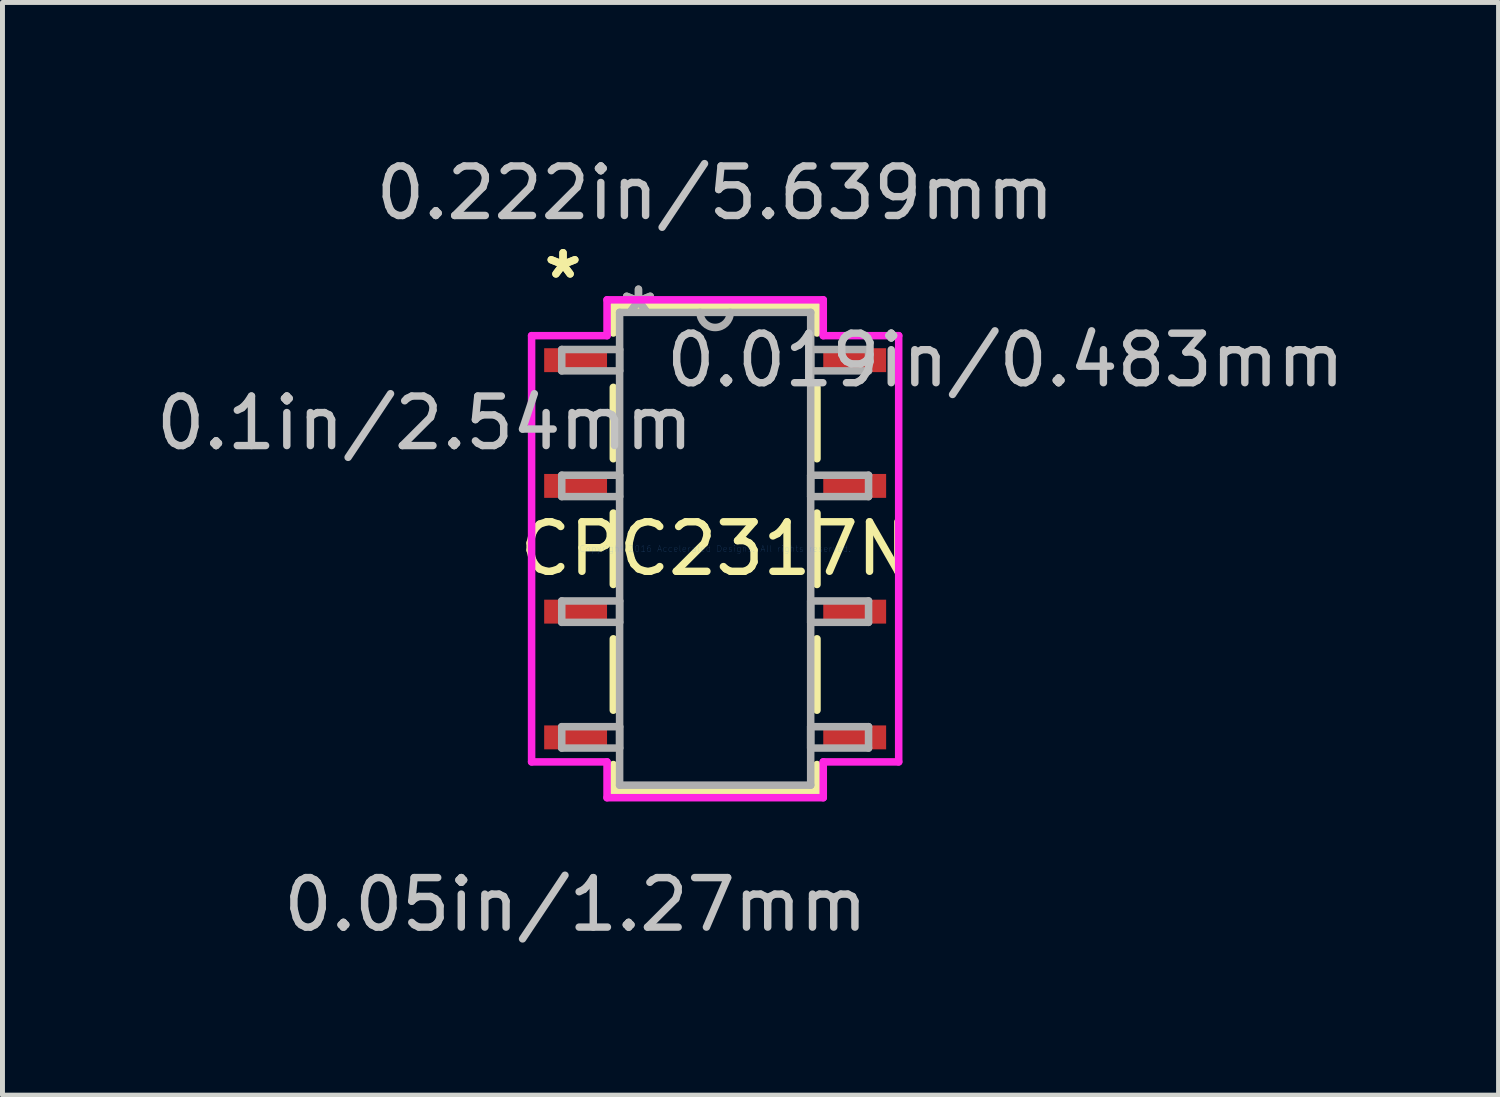
<source format=kicad_pcb>
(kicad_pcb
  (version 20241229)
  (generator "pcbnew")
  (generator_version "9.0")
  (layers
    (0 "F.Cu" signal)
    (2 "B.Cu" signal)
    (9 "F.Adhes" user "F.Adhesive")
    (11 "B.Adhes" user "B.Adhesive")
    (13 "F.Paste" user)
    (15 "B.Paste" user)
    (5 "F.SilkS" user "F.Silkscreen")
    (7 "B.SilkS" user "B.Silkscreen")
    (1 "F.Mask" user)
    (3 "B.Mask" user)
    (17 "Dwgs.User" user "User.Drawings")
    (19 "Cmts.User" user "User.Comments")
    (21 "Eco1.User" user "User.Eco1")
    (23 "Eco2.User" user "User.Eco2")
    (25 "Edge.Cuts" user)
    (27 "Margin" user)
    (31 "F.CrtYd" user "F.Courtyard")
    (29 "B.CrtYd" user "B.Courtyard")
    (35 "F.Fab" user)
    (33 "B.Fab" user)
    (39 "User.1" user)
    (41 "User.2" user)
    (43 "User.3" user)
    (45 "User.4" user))
  (footprint "CPC2317N"
    (layer "F.Cu")
    (at 11.397 8.036)
    (property "Reference" "CPC2317N" (at 0 0 0) (layer "F.SilkS") (effects (font (size 1 1) (thickness 0.15))))
    (attr through_hole)
    (fp_line (start -2.057 -4.902) (end -2.057 -4.359) (stroke (width 0.152) (type solid)) (layer "F.SilkS"))
    (fp_line (start -2.057 -3.261) (end -2.057 -1.819) (stroke (width 0.152) (type solid)) (layer "F.SilkS"))
    (fp_line (start -2.057 -0.721) (end -2.057 0.721) (stroke (width 0.152) (type solid)) (layer "F.SilkS"))
    (fp_line (start -2.057 1.819) (end -2.057 3.261) (stroke (width 0.152) (type solid)) (layer "F.SilkS"))
    (fp_line (start -2.057 4.359) (end -2.057 4.902) (stroke (width 0.152) (type solid)) (layer "F.SilkS"))
    (fp_line (start -2.057 4.902) (end 2.057 4.902) (stroke (width 0.152) (type solid)) (layer "F.SilkS"))
    (fp_line (start 2.057 -4.902) (end -2.057 -4.902) (stroke (width 0.152) (type solid)) (layer "F.SilkS"))
    (fp_line (start 2.057 -4.359) (end 2.057 -4.902) (stroke (width 0.152) (type solid)) (layer "F.SilkS"))
    (fp_line (start 2.057 -1.819) (end 2.057 -3.261) (stroke (width 0.152) (type solid)) (layer "F.SilkS"))
    (fp_line (start 2.057 0.721) (end 2.057 -0.721) (stroke (width 0.152) (type solid)) (layer "F.SilkS"))
    (fp_line (start 2.057 3.261) (end 2.057 1.819) (stroke (width 0.152) (type solid)) (layer "F.SilkS"))
    (fp_line (start 2.057 4.902) (end 2.057 4.359) (stroke (width 0.152) (type solid)) (layer "F.SilkS"))
    (fp_line (start -3.708 -4.305) (end -2.184 -4.305) (stroke (width 0.152) (type solid)) (layer "F.CrtYd"))
    (fp_line (start -3.708 4.305) (end -3.708 -4.305) (stroke (width 0.152) (type solid)) (layer "F.CrtYd"))
    (fp_line (start -2.184 -5.029) (end 2.184 -5.029) (stroke (width 0.152) (type solid)) (layer "F.CrtYd"))
    (fp_line (start -2.184 -4.305) (end -2.184 -5.029) (stroke (width 0.152) (type solid)) (layer "F.CrtYd"))
    (fp_line (start -2.184 4.305) (end -3.708 4.305) (stroke (width 0.152) (type solid)) (layer "F.CrtYd"))
    (fp_line (start -2.184 5.029) (end -2.184 4.305) (stroke (width 0.152) (type solid)) (layer "F.CrtYd"))
    (fp_line (start 2.184 -5.029) (end 2.184 -4.305) (stroke (width 0.152) (type solid)) (layer "F.CrtYd"))
    (fp_line (start 2.184 -4.305) (end 3.708 -4.305) (stroke (width 0.152) (type solid)) (layer "F.CrtYd"))
    (fp_line (start 2.184 4.305) (end 2.184 5.029) (stroke (width 0.152) (type solid)) (layer "F.CrtYd"))
    (fp_line (start 2.184 5.029) (end -2.184 5.029) (stroke (width 0.152) (type solid)) (layer "F.CrtYd"))
    (fp_line (start 3.708 -4.305) (end 3.708 4.305) (stroke (width 0.152) (type solid)) (layer "F.CrtYd"))
    (fp_line (start 3.708 4.305) (end 2.184 4.305) (stroke (width 0.152) (type solid)) (layer "F.CrtYd"))
    (fp_line (start -3.099 -4.026) (end -3.099 -3.594) (stroke (width 0.152) (type solid)) (layer "F.Fab"))
    (fp_line (start -3.099 -3.594) (end -1.93 -3.594) (stroke (width 0.152) (type solid)) (layer "F.Fab"))
    (fp_line (start -3.099 -1.486) (end -3.099 -1.054) (stroke (width 0.152) (type solid)) (layer "F.Fab"))
    (fp_line (start -3.099 -1.054) (end -1.93 -1.054) (stroke (width 0.152) (type solid)) (layer "F.Fab"))
    (fp_line (start -3.099 1.054) (end -3.099 1.486) (stroke (width 0.152) (type solid)) (layer "F.Fab"))
    (fp_line (start -3.099 1.486) (end -1.93 1.486) (stroke (width 0.152) (type solid)) (layer "F.Fab"))
    (fp_line (start -3.099 3.594) (end -3.099 4.026) (stroke (width 0.152) (type solid)) (layer "F.Fab"))
    (fp_line (start -3.099 4.026) (end -1.93 4.026) (stroke (width 0.152) (type solid)) (layer "F.Fab"))
    (fp_line (start -1.93 -4.775) (end -1.93 4.775) (stroke (width 0.152) (type solid)) (layer "F.Fab"))
    (fp_line (start -1.93 -4.026) (end -3.099 -4.026) (stroke (width 0.152) (type solid)) (layer "F.Fab"))
    (fp_line (start -1.93 -3.594) (end -1.93 -4.026) (stroke (width 0.152) (type solid)) (layer "F.Fab"))
    (fp_line (start -1.93 -1.486) (end -3.099 -1.486) (stroke (width 0.152) (type solid)) (layer "F.Fab"))
    (fp_line (start -1.93 -1.054) (end -1.93 -1.486) (stroke (width 0.152) (type solid)) (layer "F.Fab"))
    (fp_line (start -1.93 1.054) (end -3.099 1.054) (stroke (width 0.152) (type solid)) (layer "F.Fab"))
    (fp_line (start -1.93 1.486) (end -1.93 1.054) (stroke (width 0.152) (type solid)) (layer "F.Fab"))
    (fp_line (start -1.93 3.594) (end -3.099 3.594) (stroke (width 0.152) (type solid)) (layer "F.Fab"))
    (fp_line (start -1.93 4.026) (end -1.93 3.594) (stroke (width 0.152) (type solid)) (layer "F.Fab"))
    (fp_line (start -1.93 4.775) (end 1.93 4.775) (stroke (width 0.152) (type solid)) (layer "F.Fab"))
    (fp_line (start 1.93 -4.775) (end -1.93 -4.775) (stroke (width 0.152) (type solid)) (layer "F.Fab"))
    (fp_line (start 1.93 -4.026) (end 1.93 -3.594) (stroke (width 0.152) (type solid)) (layer "F.Fab"))
    (fp_line (start 1.93 -3.594) (end 3.099 -3.594) (stroke (width 0.152) (type solid)) (layer "F.Fab"))
    (fp_line (start 1.93 -1.486) (end 1.93 -1.054) (stroke (width 0.152) (type solid)) (layer "F.Fab"))
    (fp_line (start 1.93 -1.054) (end 3.099 -1.054) (stroke (width 0.152) (type solid)) (layer "F.Fab"))
    (fp_line (start 1.93 1.054) (end 1.93 1.486) (stroke (width 0.152) (type solid)) (layer "F.Fab"))
    (fp_line (start 1.93 1.486) (end 3.099 1.486) (stroke (width 0.152) (type solid)) (layer "F.Fab"))
    (fp_line (start 1.93 3.594) (end 1.93 4.026) (stroke (width 0.152) (type solid)) (layer "F.Fab"))
    (fp_line (start 1.93 4.026) (end 3.099 4.026) (stroke (width 0.152) (type solid)) (layer "F.Fab"))
    (fp_line (start 1.93 4.775) (end 1.93 -4.775) (stroke (width 0.152) (type solid)) (layer "F.Fab"))
    (fp_line (start 3.099 -4.026) (end 1.93 -4.026) (stroke (width 0.152) (type solid)) (layer "F.Fab"))
    (fp_line (start 3.099 -3.594) (end 3.099 -4.026) (stroke (width 0.152) (type solid)) (layer "F.Fab"))
    (fp_line (start 3.099 -1.486) (end 1.93 -1.486) (stroke (width 0.152) (type solid)) (layer "F.Fab"))
    (fp_line (start 3.099 -1.054) (end 3.099 -1.486) (stroke (width 0.152) (type solid)) (layer "F.Fab"))
    (fp_line (start 3.099 1.054) (end 1.93 1.054) (stroke (width 0.152) (type solid)) (layer "F.Fab"))
    (fp_line (start 3.099 1.486) (end 3.099 1.054) (stroke (width 0.152) (type solid)) (layer "F.Fab"))
    (fp_line (start 3.099 3.594) (end 1.93 3.594) (stroke (width 0.152) (type solid)) (layer "F.Fab"))
    (fp_line (start 3.099 4.026) (end 3.099 3.594) (stroke (width 0.152) (type solid)) (layer "F.Fab"))
    (fp_arc (start 0.3048 -4.7752) (mid 0 -4.4704) (end -0.3048 -4.7752) (stroke (width 0.1524) (type solid)) (layer "F.Fab"))
    (fp_text user "*" (at -3.073 -5.436 0) (layer "F.SilkS") (effects (font (size 1 1) (thickness 0.15))))
    (fp_text user "*" (at -3.073 -5.436 0) (layer "F.SilkS") (effects (font (size 1 1) (thickness 0.15))))
    (fp_text user "0.1in/2.54mm" (at -5.867 -2.54 0) (layer "Dwgs.User") (effects (font (size 1 1) (thickness 0.15))))
    (fp_text user "0.019in/0.483mm" (at 5.867 -3.81 0) (layer "Dwgs.User") (effects (font (size 1 1) (thickness 0.15))))
    (fp_text user "0.222in/5.639mm" (at 0 -7.188 0) (layer "Dwgs.User") (effects (font (size 1 1) (thickness 0.15))))
    (fp_text user "0.05in/1.27mm" (at -2.819 7.188 0) (layer "Dwgs.User") (effects (font (size 1 1) (thickness 0.15))))
    (fp_text user "Copyright 2016 Accelerated Designs. All rights reserved." (at 0 0 0) (layer "Cmts.User") (effects (font (size 0.127 0.127) (thickness 0.002))))
    (fp_text user "*" (at -1.549 -4.699 0) (layer "F.Fab") (effects (font (size 1 1) (thickness 0.15))))
    (fp_text user "*" (at -1.549 -4.699 0) (layer "F.Fab") (effects (font (size 1 1) (thickness 0.15))))
    (pad "1" smd rect (at -2.819 -3.81) (size 1.27 0.483) (layers "F.Cu" "F.Mask" "F.Paste"))
    (pad "2" smd rect (at -2.819 -1.27) (size 1.27 0.483) (layers "F.Cu" "F.Mask" "F.Paste"))
    (pad "3" smd rect (at -2.819 1.27) (size 1.27 0.483) (layers "F.Cu" "F.Mask" "F.Paste"))
    (pad "4" smd rect (at -2.819 3.81) (size 1.27 0.483) (layers "F.Cu" "F.Mask" "F.Paste"))
    (pad "5" smd rect (at 2.819 3.81) (size 1.27 0.483) (layers "F.Cu" "F.Mask" "F.Paste"))
    (pad "6" smd rect (at 2.819 1.27) (size 1.27 0.483) (layers "F.Cu" "F.Mask" "F.Paste"))
    (pad "7" smd rect (at 2.819 -1.27) (size 1.27 0.483) (layers "F.Cu" "F.Mask" "F.Paste"))
    (pad "8" smd rect (at 2.819 -3.81) (size 1.27 0.483) (layers "F.Cu" "F.Mask" "F.Paste")))
  (gr_rect
    (start -3 -3)
    (end 27.223 19.073)
    (stroke (width 0.1) (type default))
    (fill no)
    (layer "Edge.Cuts")))
</source>
